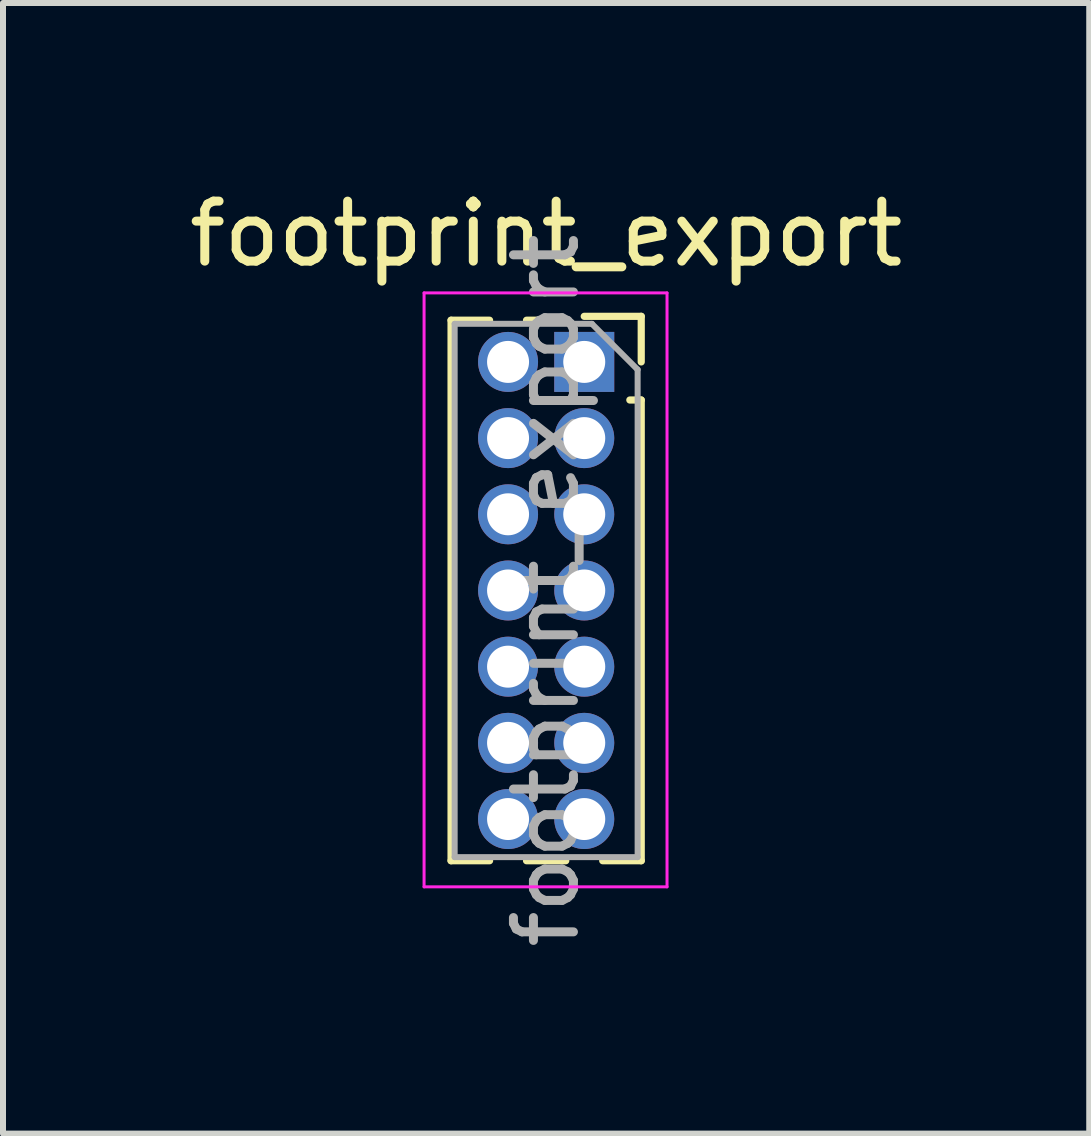
<source format=kicad_pcb>
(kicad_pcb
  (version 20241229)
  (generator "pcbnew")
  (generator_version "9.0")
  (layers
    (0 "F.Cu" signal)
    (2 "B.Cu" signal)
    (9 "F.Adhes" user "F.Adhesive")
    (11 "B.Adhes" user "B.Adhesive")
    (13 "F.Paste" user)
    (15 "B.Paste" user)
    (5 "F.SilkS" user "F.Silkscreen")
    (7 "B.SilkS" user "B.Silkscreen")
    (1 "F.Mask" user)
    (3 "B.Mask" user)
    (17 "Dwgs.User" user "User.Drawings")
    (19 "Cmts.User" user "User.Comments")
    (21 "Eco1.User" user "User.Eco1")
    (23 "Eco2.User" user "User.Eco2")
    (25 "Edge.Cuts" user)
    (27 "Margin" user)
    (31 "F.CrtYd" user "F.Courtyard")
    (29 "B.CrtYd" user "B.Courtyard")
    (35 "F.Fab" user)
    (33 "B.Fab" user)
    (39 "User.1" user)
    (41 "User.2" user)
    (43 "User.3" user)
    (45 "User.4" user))
  (footprint "footprint_export"
    (layer "F.Cu")
    (at 6.689 2.983)
    (property "Reference" "footprint_export" (at -0.635 -2.135 0) (layer "F.SilkS") (effects (font (size 1 1) (thickness 0.15))))
    (attr through_hole)
    (fp_line (start -2.22 -0.695) (end -2.22 8.315) (stroke (width 0.12) (type solid)) (layer "F.SilkS"))
    (fp_line (start -2.22 -0.695) (end -1.578 -0.695) (stroke (width 0.12) (type solid)) (layer "F.SilkS"))
    (fp_line (start -2.22 8.315) (end -1.578 8.315) (stroke (width 0.12) (type solid)) (layer "F.SilkS"))
    (fp_line (start -0.962 -0.695) (end -0.76 -0.695) (stroke (width 0.12) (type solid)) (layer "F.SilkS"))
    (fp_line (start -0.962 8.315) (end -0.308 8.315) (stroke (width 0.12) (type solid)) (layer "F.SilkS"))
    (fp_line (start 0 -0.76) (end 0.95 -0.76) (stroke (width 0.12) (type solid)) (layer "F.SilkS"))
    (fp_line (start 0.308 8.315) (end 0.95 8.315) (stroke (width 0.12) (type solid)) (layer "F.SilkS"))
    (fp_line (start 0.76 0.635) (end 0.95 0.635) (stroke (width 0.12) (type solid)) (layer "F.SilkS"))
    (fp_line (start 0.95 -0.76) (end 0.95 0) (stroke (width 0.12) (type solid)) (layer "F.SilkS"))
    (fp_line (start 0.95 0.635) (end 0.95 8.315) (stroke (width 0.12) (type solid)) (layer "F.SilkS"))
    (fp_line (start -2.67 -1.15) (end 1.38 -1.15) (stroke (width 0.05) (type solid)) (layer "F.CrtYd"))
    (fp_line (start -2.67 8.75) (end -2.67 -1.15) (stroke (width 0.05) (type solid)) (layer "F.CrtYd"))
    (fp_line (start 1.38 -1.15) (end 1.38 8.75) (stroke (width 0.05) (type solid)) (layer "F.CrtYd"))
    (fp_line (start 1.38 8.75) (end -2.67 8.75) (stroke (width 0.05) (type solid)) (layer "F.CrtYd"))
    (fp_line (start -2.16 -0.635) (end 0.128 -0.635) (stroke (width 0.1) (type solid)) (layer "F.Fab"))
    (fp_line (start -2.16 8.255) (end -2.16 -0.635) (stroke (width 0.1) (type solid)) (layer "F.Fab"))
    (fp_line (start 0.128 -0.635) (end 0.89 0.128) (stroke (width 0.1) (type solid)) (layer "F.Fab"))
    (fp_line (start 0.89 0.128) (end 0.89 8.255) (stroke (width 0.1) (type solid)) (layer "F.Fab"))
    (fp_line (start 0.89 8.255) (end -2.16 8.255) (stroke (width 0.1) (type solid)) (layer "F.Fab"))
    (fp_text user "${REFERENCE}" (at -0.635 3.81 90) (layer "F.Fab") (effects (font (size 1 1) (thickness 0.15))))
    (pad "1" thru_hole rect (at 0 0) (size 1 1) (drill 0.7) (layers "*.Cu" "*.Mask"))
    (pad "2" thru_hole oval (at -1.27 0) (size 1 1) (drill 0.7) (layers "*.Cu" "*.Mask"))
    (pad "3" thru_hole oval (at 0 1.27) (size 1 1) (drill 0.7) (layers "*.Cu" "*.Mask"))
    (pad "4" thru_hole oval (at -1.27 1.27) (size 1 1) (drill 0.7) (layers "*.Cu" "*.Mask"))
    (pad "5" thru_hole oval (at 0 2.54) (size 1 1) (drill 0.7) (layers "*.Cu" "*.Mask"))
    (pad "6" thru_hole oval (at -1.27 2.54) (size 1 1) (drill 0.7) (layers "*.Cu" "*.Mask"))
    (pad "7" thru_hole oval (at 0 3.81) (size 1 1) (drill 0.7) (layers "*.Cu" "*.Mask"))
    (pad "8" thru_hole oval (at -1.27 3.81) (size 1 1) (drill 0.7) (layers "*.Cu" "*.Mask"))
    (pad "9" thru_hole oval (at 0 5.08) (size 1 1) (drill 0.7) (layers "*.Cu" "*.Mask"))
    (pad "10" thru_hole oval (at -1.27 5.08) (size 1 1) (drill 0.7) (layers "*.Cu" "*.Mask"))
    (pad "11" thru_hole oval (at 0 6.35) (size 1 1) (drill 0.7) (layers "*.Cu" "*.Mask"))
    (pad "12" thru_hole oval (at -1.27 6.35) (size 1 1) (drill 0.7) (layers "*.Cu" "*.Mask"))
    (pad "13" thru_hole oval (at 0 7.62) (size 1 1) (drill 0.7) (layers "*.Cu" "*.Mask"))
    (pad "14" thru_hole oval (at -1.27 7.62) (size 1 1) (drill 0.7) (layers "*.Cu" "*.Mask")))
  (gr_rect
    (start -3 -3)
    (end 15.107 15.847)
    (stroke (width 0.1) (type default))
    (fill no)
    (layer "Edge.Cuts")))
</source>
